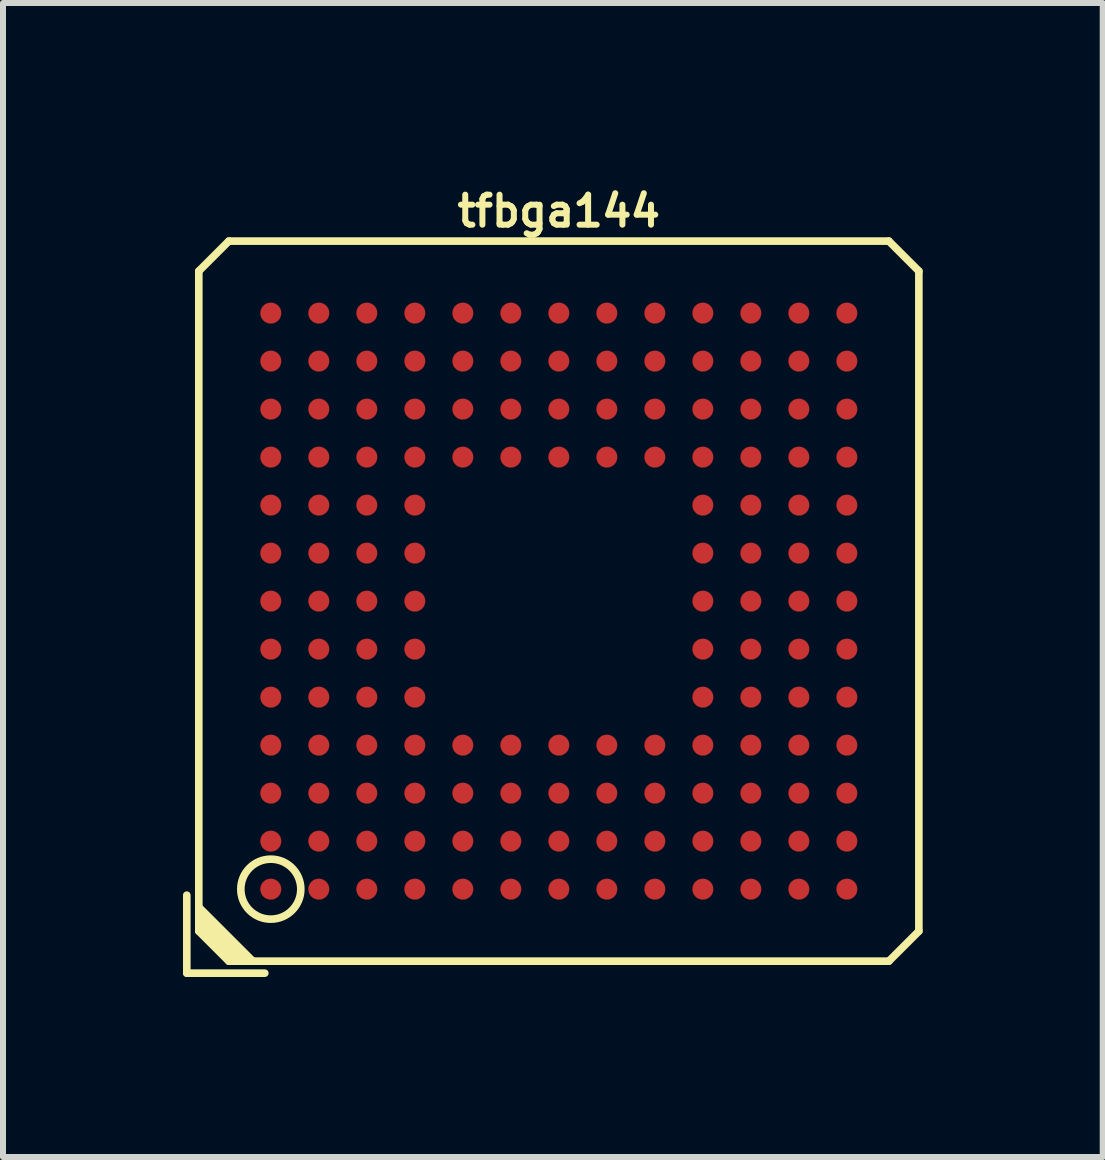
<source format=kicad_pcb>
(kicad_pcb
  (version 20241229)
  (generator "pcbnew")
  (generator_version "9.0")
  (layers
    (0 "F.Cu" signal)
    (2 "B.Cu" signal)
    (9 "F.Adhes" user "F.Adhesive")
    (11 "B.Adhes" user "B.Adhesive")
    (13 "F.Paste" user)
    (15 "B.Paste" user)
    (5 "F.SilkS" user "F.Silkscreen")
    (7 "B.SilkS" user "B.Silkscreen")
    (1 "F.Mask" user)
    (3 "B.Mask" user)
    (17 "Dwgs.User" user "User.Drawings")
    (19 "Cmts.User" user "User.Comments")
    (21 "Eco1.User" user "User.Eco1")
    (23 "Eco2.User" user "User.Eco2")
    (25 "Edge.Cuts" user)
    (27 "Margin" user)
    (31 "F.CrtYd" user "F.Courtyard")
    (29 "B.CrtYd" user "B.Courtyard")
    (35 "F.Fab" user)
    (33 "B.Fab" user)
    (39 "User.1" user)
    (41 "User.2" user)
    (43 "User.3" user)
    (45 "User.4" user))
  (footprint "tfbga144"
    (layer "F.Cu")
    (at 6.263 6.968)
    (property "Reference" "tfbga144" (at 0 -6.5 0) (layer "F.SilkS") (effects (font (size 0.5 0.5) (thickness 0.1))))
    (attr through_hole)
    (fp_line (start -6.2 4.9) (end -6.2 6.2) (stroke (width 0.127) (type solid)) (layer "F.SilkS"))
    (fp_line (start -6.2 6.2) (end -4.9 6.2) (stroke (width 0.127) (type solid)) (layer "F.SilkS"))
    (fp_line (start -6 -5.5) (end -5.5 -6) (stroke (width 0.127) (type solid)) (layer "F.SilkS"))
    (fp_line (start -6 5.2) (end -5.2 6) (stroke (width 0.127) (type solid)) (layer "F.SilkS"))
    (fp_line (start -6 5.4) (end -5.4 6) (stroke (width 0.127) (type solid)) (layer "F.SilkS"))
    (fp_line (start -6 5.5) (end -6 -5.5) (stroke (width 0.127) (type solid)) (layer "F.SilkS"))
    (fp_line (start -5.5 -6) (end 5.5 -6) (stroke (width 0.127) (type solid)) (layer "F.SilkS"))
    (fp_line (start -5.5 6) (end -6 5.5) (stroke (width 0.127) (type solid)) (layer "F.SilkS"))
    (fp_line (start -5.3 6) (end -6 5.3) (stroke (width 0.127) (type solid)) (layer "F.SilkS"))
    (fp_line (start -5.1 6) (end -6 5.1) (stroke (width 0.127) (type solid)) (layer "F.SilkS"))
    (fp_line (start 5.5 -6) (end 6 -5.5) (stroke (width 0.127) (type solid)) (layer "F.SilkS"))
    (fp_line (start 5.5 6) (end -5.5 6) (stroke (width 0.127) (type solid)) (layer "F.SilkS"))
    (fp_line (start 6 -5.5) (end 6 5.5) (stroke (width 0.127) (type solid)) (layer "F.SilkS"))
    (fp_line (start 6 5.5) (end 5.5 6) (stroke (width 0.127) (type solid)) (layer "F.SilkS"))
    (fp_circle (center -4.8 4.8) (end -5.2 5.1) (stroke (width 0.127) (type solid)) (fill no) (layer "F.SilkS"))
    (pad "A1" smd circle (at -4.8 4.8) (size 0.35 0.35) (layers "F.Cu" "F.Mask" "F.Paste"))
    (pad "A2" smd circle (at -4 4.8) (size 0.35 0.35) (layers "F.Cu" "F.Mask" "F.Paste"))
    (pad "A3" smd circle (at -3.2 4.8) (size 0.35 0.35) (layers "F.Cu" "F.Mask" "F.Paste"))
    (pad "A4" smd circle (at -2.4 4.8) (size 0.35 0.35) (layers "F.Cu" "F.Mask" "F.Paste"))
    (pad "A5" smd circle (at -1.6 4.8) (size 0.35 0.35) (layers "F.Cu" "F.Mask" "F.Paste"))
    (pad "A6" smd circle (at -0.8 4.8) (size 0.35 0.35) (layers "F.Cu" "F.Mask" "F.Paste"))
    (pad "A7" smd circle (at 0 4.8) (size 0.35 0.35) (layers "F.Cu" "F.Mask" "F.Paste"))
    (pad "A8" smd circle (at 0.8 4.8) (size 0.35 0.35) (layers "F.Cu" "F.Mask" "F.Paste"))
    (pad "A9" smd circle (at 1.6 4.8) (size 0.35 0.35) (layers "F.Cu" "F.Mask" "F.Paste"))
    (pad "A10" smd circle (at 2.4 4.8) (size 0.35 0.35) (layers "F.Cu" "F.Mask" "F.Paste"))
    (pad "A11" smd circle (at 3.2 4.8) (size 0.35 0.35) (layers "F.Cu" "F.Mask" "F.Paste"))
    (pad "A12" smd circle (at 4 4.8) (size 0.35 0.35) (layers "F.Cu" "F.Mask" "F.Paste"))
    (pad "A13" smd circle (at 4.8 4.8) (size 0.35 0.35) (layers "F.Cu" "F.Mask" "F.Paste"))
    (pad "B1" smd circle (at -4.8 4) (size 0.35 0.35) (layers "F.Cu" "F.Mask" "F.Paste"))
    (pad "B2" smd circle (at -4 4) (size 0.35 0.35) (layers "F.Cu" "F.Mask" "F.Paste"))
    (pad "B3" smd circle (at -3.2 4) (size 0.35 0.35) (layers "F.Cu" "F.Mask" "F.Paste"))
    (pad "B4" smd circle (at -2.4 4) (size 0.35 0.35) (layers "F.Cu" "F.Mask" "F.Paste"))
    (pad "B5" smd circle (at -1.6 4) (size 0.35 0.35) (layers "F.Cu" "F.Mask" "F.Paste"))
    (pad "B6" smd circle (at -0.8 4) (size 0.35 0.35) (layers "F.Cu" "F.Mask" "F.Paste"))
    (pad "B7" smd circle (at 0 4) (size 0.35 0.35) (layers "F.Cu" "F.Mask" "F.Paste"))
    (pad "B8" smd circle (at 0.8 4) (size 0.35 0.35) (layers "F.Cu" "F.Mask" "F.Paste"))
    (pad "B9" smd circle (at 1.6 4) (size 0.35 0.35) (layers "F.Cu" "F.Mask" "F.Paste"))
    (pad "B10" smd circle (at 2.4 4) (size 0.35 0.35) (layers "F.Cu" "F.Mask" "F.Paste"))
    (pad "B11" smd circle (at 3.2 4) (size 0.35 0.35) (layers "F.Cu" "F.Mask" "F.Paste"))
    (pad "B12" smd circle (at 4 4) (size 0.35 0.35) (layers "F.Cu" "F.Mask" "F.Paste"))
    (pad "B13" smd circle (at 4.8 4) (size 0.35 0.35) (layers "F.Cu" "F.Mask" "F.Paste"))
    (pad "C1" smd circle (at -4.8 3.2) (size 0.35 0.35) (layers "F.Cu" "F.Mask" "F.Paste"))
    (pad "C2" smd circle (at -4 3.2) (size 0.35 0.35) (layers "F.Cu" "F.Mask" "F.Paste"))
    (pad "C3" smd circle (at -3.2 3.2) (size 0.35 0.35) (layers "F.Cu" "F.Mask" "F.Paste"))
    (pad "C4" smd circle (at -2.4 3.2) (size 0.35 0.35) (layers "F.Cu" "F.Mask" "F.Paste"))
    (pad "C5" smd circle (at -1.6 3.2) (size 0.35 0.35) (layers "F.Cu" "F.Mask" "F.Paste"))
    (pad "C6" smd circle (at -0.8 3.2) (size 0.35 0.35) (layers "F.Cu" "F.Mask" "F.Paste"))
    (pad "C7" smd circle (at 0 3.2) (size 0.35 0.35) (layers "F.Cu" "F.Mask" "F.Paste"))
    (pad "C8" smd circle (at 0.8 3.2) (size 0.35 0.35) (layers "F.Cu" "F.Mask" "F.Paste"))
    (pad "C9" smd circle (at 1.6 3.2) (size 0.35 0.35) (layers "F.Cu" "F.Mask" "F.Paste"))
    (pad "C10" smd circle (at 2.4 3.2) (size 0.35 0.35) (layers "F.Cu" "F.Mask" "F.Paste"))
    (pad "C11" smd circle (at 3.2 3.2) (size 0.35 0.35) (layers "F.Cu" "F.Mask" "F.Paste"))
    (pad "C12" smd circle (at 4 3.2) (size 0.35 0.35) (layers "F.Cu" "F.Mask" "F.Paste"))
    (pad "C13" smd circle (at 4.8 3.2) (size 0.35 0.35) (layers "F.Cu" "F.Mask" "F.Paste"))
    (pad "D1" smd circle (at -4.8 2.4) (size 0.35 0.35) (layers "F.Cu" "F.Mask" "F.Paste"))
    (pad "D2" smd circle (at -4 2.4) (size 0.35 0.35) (layers "F.Cu" "F.Mask" "F.Paste"))
    (pad "D3" smd circle (at -3.2 2.4) (size 0.35 0.35) (layers "F.Cu" "F.Mask" "F.Paste"))
    (pad "D4" smd circle (at -2.4 2.4) (size 0.35 0.35) (layers "F.Cu" "F.Mask" "F.Paste"))
    (pad "D5" smd circle (at -1.6 2.4) (size 0.35 0.35) (layers "F.Cu" "F.Mask" "F.Paste"))
    (pad "D6" smd circle (at -0.8 2.4) (size 0.35 0.35) (layers "F.Cu" "F.Mask" "F.Paste"))
    (pad "D7" smd circle (at 0 2.4) (size 0.35 0.35) (layers "F.Cu" "F.Mask" "F.Paste"))
    (pad "D8" smd circle (at 0.8 2.4) (size 0.35 0.35) (layers "F.Cu" "F.Mask" "F.Paste"))
    (pad "D9" smd circle (at 1.6 2.4) (size 0.35 0.35) (layers "F.Cu" "F.Mask" "F.Paste"))
    (pad "D10" smd circle (at 2.4 2.4) (size 0.35 0.35) (layers "F.Cu" "F.Mask" "F.Paste"))
    (pad "D11" smd circle (at 3.2 2.4) (size 0.35 0.35) (layers "F.Cu" "F.Mask" "F.Paste"))
    (pad "D12" smd circle (at 4 2.4) (size 0.35 0.35) (layers "F.Cu" "F.Mask" "F.Paste"))
    (pad "D13" smd circle (at 4.8 2.4) (size 0.35 0.35) (layers "F.Cu" "F.Mask" "F.Paste"))
    (pad "E1" smd circle (at -4.8 1.6) (size 0.35 0.35) (layers "F.Cu" "F.Mask" "F.Paste"))
    (pad "E2" smd circle (at -4 1.6) (size 0.35 0.35) (layers "F.Cu" "F.Mask" "F.Paste"))
    (pad "E3" smd circle (at -3.2 1.6) (size 0.35 0.35) (layers "F.Cu" "F.Mask" "F.Paste"))
    (pad "E4" smd circle (at -2.4 1.6) (size 0.35 0.35) (layers "F.Cu" "F.Mask" "F.Paste"))
    (pad "E10" smd circle (at 2.4 1.6) (size 0.35 0.35) (layers "F.Cu" "F.Mask" "F.Paste"))
    (pad "E11" smd circle (at 3.2 1.6) (size 0.35 0.35) (layers "F.Cu" "F.Mask" "F.Paste"))
    (pad "E12" smd circle (at 4 1.6) (size 0.35 0.35) (layers "F.Cu" "F.Mask" "F.Paste"))
    (pad "E13" smd circle (at 4.8 1.6) (size 0.35 0.35) (layers "F.Cu" "F.Mask" "F.Paste"))
    (pad "F1" smd circle (at -4.8 0.8) (size 0.35 0.35) (layers "F.Cu" "F.Mask" "F.Paste"))
    (pad "F2" smd circle (at -4 0.8) (size 0.35 0.35) (layers "F.Cu" "F.Mask" "F.Paste"))
    (pad "F3" smd circle (at -3.2 0.8) (size 0.35 0.35) (layers "F.Cu" "F.Mask" "F.Paste"))
    (pad "F4" smd circle (at -2.4 0.8) (size 0.35 0.35) (layers "F.Cu" "F.Mask" "F.Paste"))
    (pad "F10" smd circle (at 2.4 0.8) (size 0.35 0.35) (layers "F.Cu" "F.Mask" "F.Paste"))
    (pad "F11" smd circle (at 3.2 0.8) (size 0.35 0.35) (layers "F.Cu" "F.Mask" "F.Paste"))
    (pad "F12" smd circle (at 4 0.8) (size 0.35 0.35) (layers "F.Cu" "F.Mask" "F.Paste"))
    (pad "F13" smd circle (at 4.8 0.8) (size 0.35 0.35) (layers "F.Cu" "F.Mask" "F.Paste"))
    (pad "G1" smd circle (at -4.8 0) (size 0.35 0.35) (layers "F.Cu" "F.Mask" "F.Paste"))
    (pad "G2" smd circle (at -4 0) (size 0.35 0.35) (layers "F.Cu" "F.Mask" "F.Paste"))
    (pad "G3" smd circle (at -3.2 0) (size 0.35 0.35) (layers "F.Cu" "F.Mask" "F.Paste"))
    (pad "G4" smd circle (at -2.4 0) (size 0.35 0.35) (layers "F.Cu" "F.Mask" "F.Paste"))
    (pad "G10" smd circle (at 2.4 0) (size 0.35 0.35) (layers "F.Cu" "F.Mask" "F.Paste"))
    (pad "G11" smd circle (at 3.2 0) (size 0.35 0.35) (layers "F.Cu" "F.Mask" "F.Paste"))
    (pad "G12" smd circle (at 4 0) (size 0.35 0.35) (layers "F.Cu" "F.Mask" "F.Paste"))
    (pad "G13" smd circle (at 4.8 0) (size 0.35 0.35) (layers "F.Cu" "F.Mask" "F.Paste"))
    (pad "H1" smd circle (at -4.8 -0.8) (size 0.35 0.35) (layers "F.Cu" "F.Mask" "F.Paste"))
    (pad "H2" smd circle (at -4 -0.8) (size 0.35 0.35) (layers "F.Cu" "F.Mask" "F.Paste"))
    (pad "H3" smd circle (at -3.2 -0.8) (size 0.35 0.35) (layers "F.Cu" "F.Mask" "F.Paste"))
    (pad "H4" smd circle (at -2.4 -0.8) (size 0.35 0.35) (layers "F.Cu" "F.Mask" "F.Paste"))
    (pad "H10" smd circle (at 2.4 -0.8) (size 0.35 0.35) (layers "F.Cu" "F.Mask" "F.Paste"))
    (pad "H11" smd circle (at 3.2 -0.8) (size 0.35 0.35) (layers "F.Cu" "F.Mask" "F.Paste"))
    (pad "H12" smd circle (at 4 -0.8) (size 0.35 0.35) (layers "F.Cu" "F.Mask" "F.Paste"))
    (pad "H13" smd circle (at 4.8 -0.8) (size 0.35 0.35) (layers "F.Cu" "F.Mask" "F.Paste"))
    (pad "J1" smd circle (at -4.8 -1.6) (size 0.35 0.35) (layers "F.Cu" "F.Mask" "F.Paste"))
    (pad "J2" smd circle (at -4 -1.6) (size 0.35 0.35) (layers "F.Cu" "F.Mask" "F.Paste"))
    (pad "J3" smd circle (at -3.2 -1.6) (size 0.35 0.35) (layers "F.Cu" "F.Mask" "F.Paste"))
    (pad "J4" smd circle (at -2.4 -1.6) (size 0.35 0.35) (layers "F.Cu" "F.Mask" "F.Paste"))
    (pad "J10" smd circle (at 2.4 -1.6) (size 0.35 0.35) (layers "F.Cu" "F.Mask" "F.Paste"))
    (pad "J11" smd circle (at 3.2 -1.6) (size 0.35 0.35) (layers "F.Cu" "F.Mask" "F.Paste"))
    (pad "J12" smd circle (at 4 -1.6) (size 0.35 0.35) (layers "F.Cu" "F.Mask" "F.Paste"))
    (pad "J13" smd circle (at 4.8 -1.6) (size 0.35 0.35) (layers "F.Cu" "F.Mask" "F.Paste"))
    (pad "K1" smd circle (at -4.8 -2.4) (size 0.35 0.35) (layers "F.Cu" "F.Mask" "F.Paste"))
    (pad "K2" smd circle (at -4 -2.4) (size 0.35 0.35) (layers "F.Cu" "F.Mask" "F.Paste"))
    (pad "K3" smd circle (at -3.2 -2.4) (size 0.35 0.35) (layers "F.Cu" "F.Mask" "F.Paste"))
    (pad "K4" smd circle (at -2.4 -2.4) (size 0.35 0.35) (layers "F.Cu" "F.Mask" "F.Paste"))
    (pad "K5" smd circle (at -1.6 -2.4) (size 0.35 0.35) (layers "F.Cu" "F.Mask" "F.Paste"))
    (pad "K6" smd circle (at -0.8 -2.4) (size 0.35 0.35) (layers "F.Cu" "F.Mask" "F.Paste"))
    (pad "K7" smd circle (at 0 -2.4) (size 0.35 0.35) (layers "F.Cu" "F.Mask" "F.Paste"))
    (pad "K8" smd circle (at 0.8 -2.4) (size 0.35 0.35) (layers "F.Cu" "F.Mask" "F.Paste"))
    (pad "K9" smd circle (at 1.6 -2.4) (size 0.35 0.35) (layers "F.Cu" "F.Mask" "F.Paste"))
    (pad "K10" smd circle (at 2.4 -2.4) (size 0.35 0.35) (layers "F.Cu" "F.Mask" "F.Paste"))
    (pad "K11" smd circle (at 3.2 -2.4) (size 0.35 0.35) (layers "F.Cu" "F.Mask" "F.Paste"))
    (pad "K12" smd circle (at 4 -2.4) (size 0.35 0.35) (layers "F.Cu" "F.Mask" "F.Paste"))
    (pad "K13" smd circle (at 4.8 -2.4) (size 0.35 0.35) (layers "F.Cu" "F.Mask" "F.Paste"))
    (pad "L1" smd circle (at -4.8 -3.2) (size 0.35 0.35) (layers "F.Cu" "F.Mask" "F.Paste"))
    (pad "L2" smd circle (at -4 -3.2) (size 0.35 0.35) (layers "F.Cu" "F.Mask" "F.Paste"))
    (pad "L3" smd circle (at -3.2 -3.2) (size 0.35 0.35) (layers "F.Cu" "F.Mask" "F.Paste"))
    (pad "L4" smd circle (at -2.4 -3.2) (size 0.35 0.35) (layers "F.Cu" "F.Mask" "F.Paste"))
    (pad "L5" smd circle (at -1.6 -3.2) (size 0.35 0.35) (layers "F.Cu" "F.Mask" "F.Paste"))
    (pad "L6" smd circle (at -0.8 -3.2) (size 0.35 0.35) (layers "F.Cu" "F.Mask" "F.Paste"))
    (pad "L7" smd circle (at 0 -3.2) (size 0.35 0.35) (layers "F.Cu" "F.Mask" "F.Paste"))
    (pad "L8" smd circle (at 0.8 -3.2) (size 0.35 0.35) (layers "F.Cu" "F.Mask" "F.Paste"))
    (pad "L9" smd circle (at 1.6 -3.2) (size 0.35 0.35) (layers "F.Cu" "F.Mask" "F.Paste"))
    (pad "L10" smd circle (at 2.4 -3.2) (size 0.35 0.35) (layers "F.Cu" "F.Mask" "F.Paste"))
    (pad "L11" smd circle (at 3.2 -3.2) (size 0.35 0.35) (layers "F.Cu" "F.Mask" "F.Paste"))
    (pad "L12" smd circle (at 4 -3.2) (size 0.35 0.35) (layers "F.Cu" "F.Mask" "F.Paste"))
    (pad "L13" smd circle (at 4.8 -3.2) (size 0.35 0.35) (layers "F.Cu" "F.Mask" "F.Paste"))
    (pad "M1" smd circle (at -4.8 -4) (size 0.35 0.35) (layers "F.Cu" "F.Mask" "F.Paste"))
    (pad "M2" smd circle (at -4 -4) (size 0.35 0.35) (layers "F.Cu" "F.Mask" "F.Paste"))
    (pad "M3" smd circle (at -3.2 -4) (size 0.35 0.35) (layers "F.Cu" "F.Mask" "F.Paste"))
    (pad "M4" smd circle (at -2.4 -4) (size 0.35 0.35) (layers "F.Cu" "F.Mask" "F.Paste"))
    (pad "M5" smd circle (at -1.6 -4) (size 0.35 0.35) (layers "F.Cu" "F.Mask" "F.Paste"))
    (pad "M6" smd circle (at -0.8 -4) (size 0.35 0.35) (layers "F.Cu" "F.Mask" "F.Paste"))
    (pad "M7" smd circle (at 0 -4) (size 0.35 0.35) (layers "F.Cu" "F.Mask" "F.Paste"))
    (pad "M8" smd circle (at 0.8 -4) (size 0.35 0.35) (layers "F.Cu" "F.Mask" "F.Paste"))
    (pad "M9" smd circle (at 1.6 -4) (size 0.35 0.35) (layers "F.Cu" "F.Mask" "F.Paste"))
    (pad "M10" smd circle (at 2.4 -4) (size 0.35 0.35) (layers "F.Cu" "F.Mask" "F.Paste"))
    (pad "M11" smd circle (at 3.2 -4) (size 0.35 0.35) (layers "F.Cu" "F.Mask" "F.Paste"))
    (pad "M12" smd circle (at 4 -4) (size 0.35 0.35) (layers "F.Cu" "F.Mask" "F.Paste"))
    (pad "M13" smd circle (at 4.8 -4) (size 0.35 0.35) (layers "F.Cu" "F.Mask" "F.Paste"))
    (pad "N1" smd circle (at -4.8 -4.8) (size 0.35 0.35) (layers "F.Cu" "F.Mask" "F.Paste"))
    (pad "N2" smd circle (at -4 -4.8) (size 0.35 0.35) (layers "F.Cu" "F.Mask" "F.Paste"))
    (pad "N3" smd circle (at -3.2 -4.8) (size 0.35 0.35) (layers "F.Cu" "F.Mask" "F.Paste"))
    (pad "N4" smd circle (at -2.4 -4.8) (size 0.35 0.35) (layers "F.Cu" "F.Mask" "F.Paste"))
    (pad "N5" smd circle (at -1.6 -4.8) (size 0.35 0.35) (layers "F.Cu" "F.Mask" "F.Paste"))
    (pad "N6" smd circle (at -0.8 -4.8) (size 0.35 0.35) (layers "F.Cu" "F.Mask" "F.Paste"))
    (pad "N7" smd circle (at 0 -4.8) (size 0.35 0.35) (layers "F.Cu" "F.Mask" "F.Paste"))
    (pad "N8" smd circle (at 0.8 -4.8) (size 0.35 0.35) (layers "F.Cu" "F.Mask" "F.Paste"))
    (pad "N9" smd circle (at 1.6 -4.8) (size 0.35 0.35) (layers "F.Cu" "F.Mask" "F.Paste"))
    (pad "N10" smd circle (at 2.4 -4.8) (size 0.35 0.35) (layers "F.Cu" "F.Mask" "F.Paste"))
    (pad "N11" smd circle (at 3.2 -4.8) (size 0.35 0.35) (layers "F.Cu" "F.Mask" "F.Paste"))
    (pad "N12" smd circle (at 4 -4.8) (size 0.35 0.35) (layers "F.Cu" "F.Mask" "F.Paste"))
    (pad "N13" smd circle (at 4.8 -4.8) (size 0.35 0.35) (layers "F.Cu" "F.Mask" "F.Paste")))
  (gr_rect
    (start -3 -3)
    (end 15.327 16.232)
    (stroke (width 0.1) (type default))
    (fill no)
    (layer "Edge.Cuts")))
</source>
